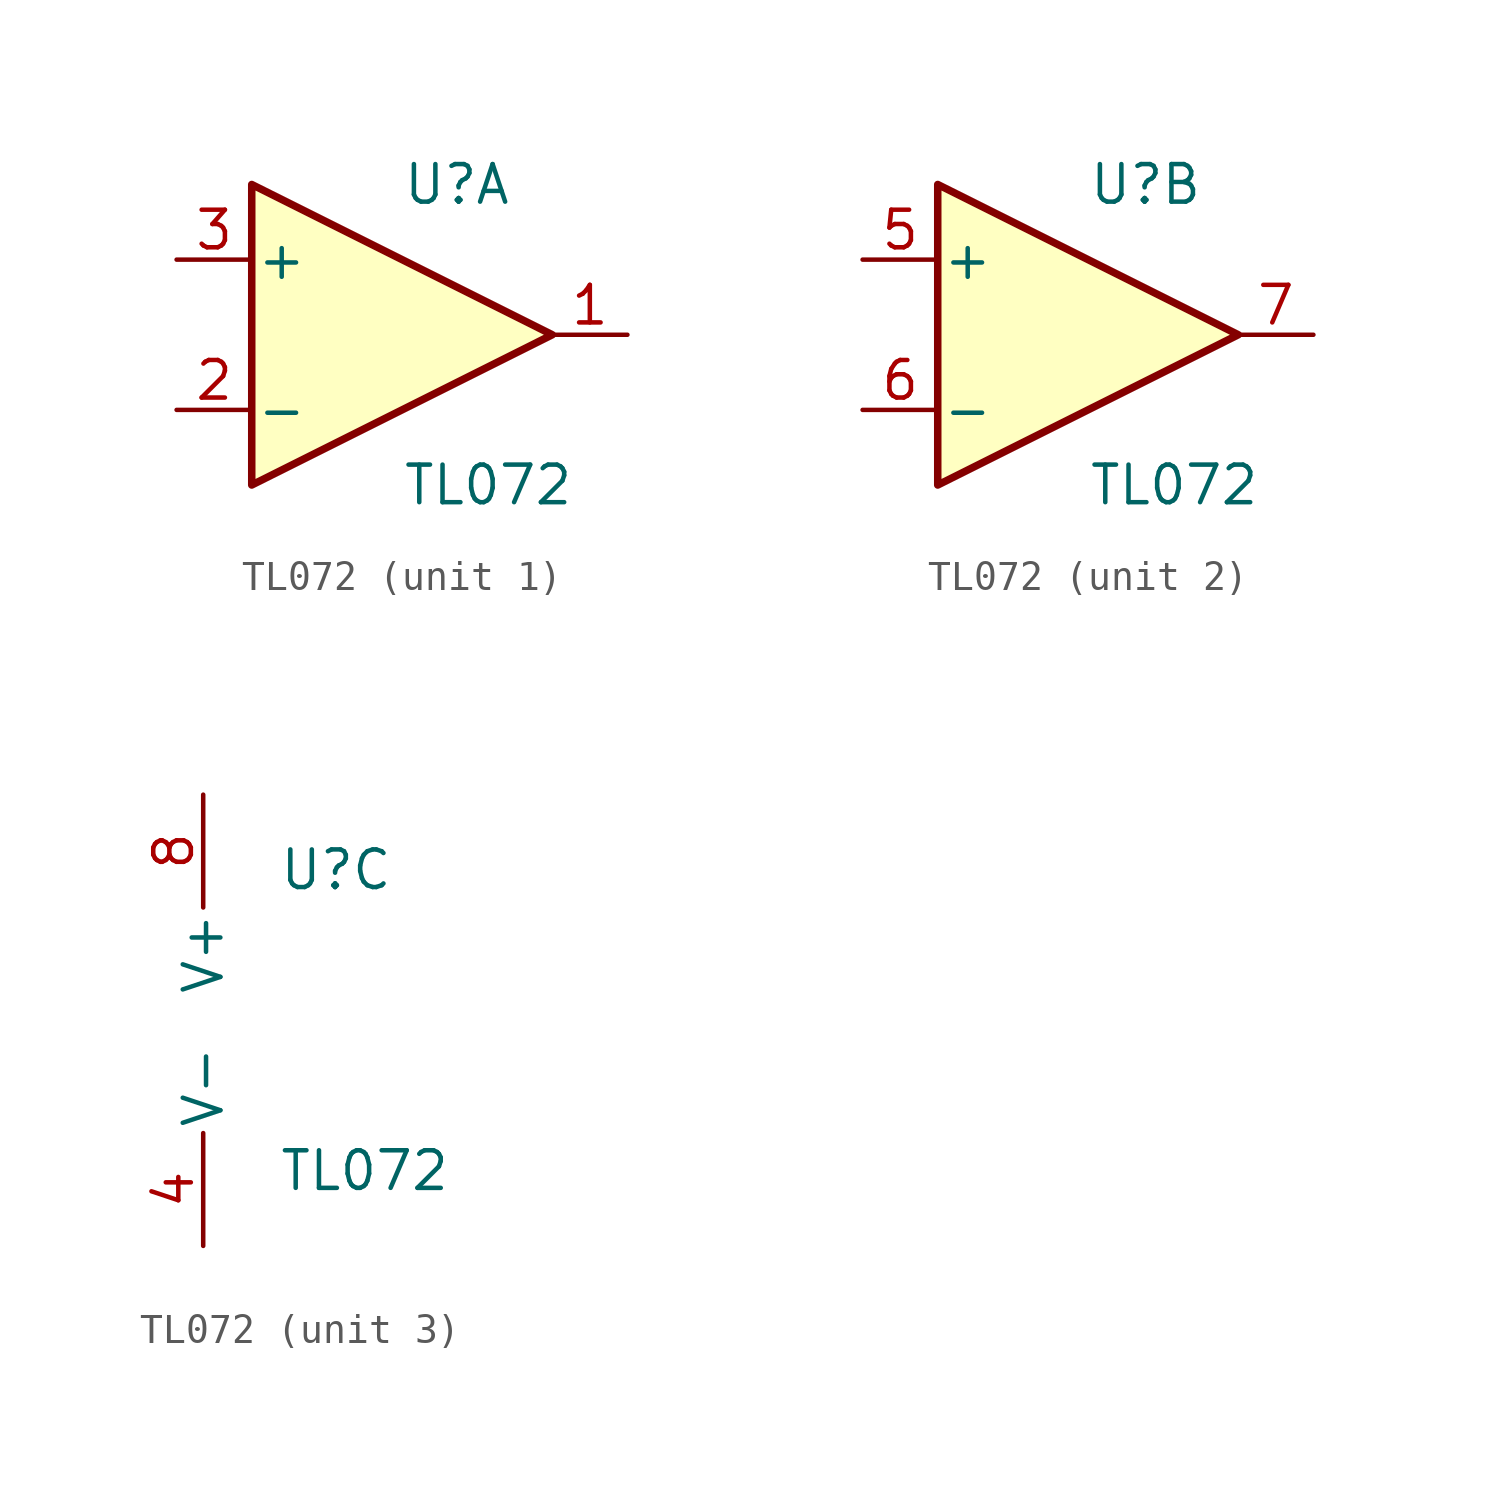
<source format=kicad_sym>
(kicad_symbol_lib
  (version 20220914)
  (generator kicad_symbol_editor)
  (symbol "TL072"
    (pin_names
      (offset 0.127))
    (property "Reference" "U"
      (at 0 5.08 0)
      (effects (font (size 1.27 1.27)) (justify left)))
    (property "Value" "TL072"
      (at 0 -5.08 0)
      (effects (font (size 1.27 1.27)) (justify left)))
    (property "ki_locked" ""
      (at 0 0 0)
      (effects (font (size 1.27 1.27))))
    (symbol "TL072_1_1"
      (polyline (pts (xy -5.08 5.08) (xy 5.08 0) (xy -5.08 -5.08) (xy -5.08 5.08)) (stroke (width 0.254) (type default)) (fill (type background)))
      (pin output line (at 7.62 0 180) (length 2.54) (name "~" (effects (font (size 1.27 1.27)))) (number "1" (effects (font (size 1.27 1.27)))))
      (pin input line (at -7.62 -2.54 0) (length 2.54) (name "-" (effects (font (size 1.27 1.27)))) (number "2" (effects (font (size 1.27 1.27)))))
      (pin input line (at -7.62 2.54 0) (length 2.54) (name "+" (effects (font (size 1.27 1.27)))) (number "3" (effects (font (size 1.27 1.27))))))
    (symbol "TL072_2_1"
      (polyline (pts (xy -5.08 5.08) (xy 5.08 0) (xy -5.08 -5.08) (xy -5.08 5.08)) (stroke (width 0.254) (type default)) (fill (type background)))
      (pin input line (at -7.62 2.54 0) (length 2.54) (name "+" (effects (font (size 1.27 1.27)))) (number "5" (effects (font (size 1.27 1.27)))))
      (pin input line (at -7.62 -2.54 0) (length 2.54) (name "-" (effects (font (size 1.27 1.27)))) (number "6" (effects (font (size 1.27 1.27)))))
      (pin output line (at 7.62 0 180) (length 2.54) (name "~" (effects (font (size 1.27 1.27)))) (number "7" (effects (font (size 1.27 1.27))))))
    (symbol "TL072_3_1"
      (pin power_in line (at -2.54 -7.62 90) (length 3.81) (name "V-" (effects (font (size 1.27 1.27)))) (number "4" (effects (font (size 1.27 1.27)))))
      (pin power_in line (at -2.54 7.62 270) (length 3.81) (name "V+" (effects (font (size 1.27 1.27)))) (number "8" (effects (font (size 1.27 1.27))))))))
</source>
